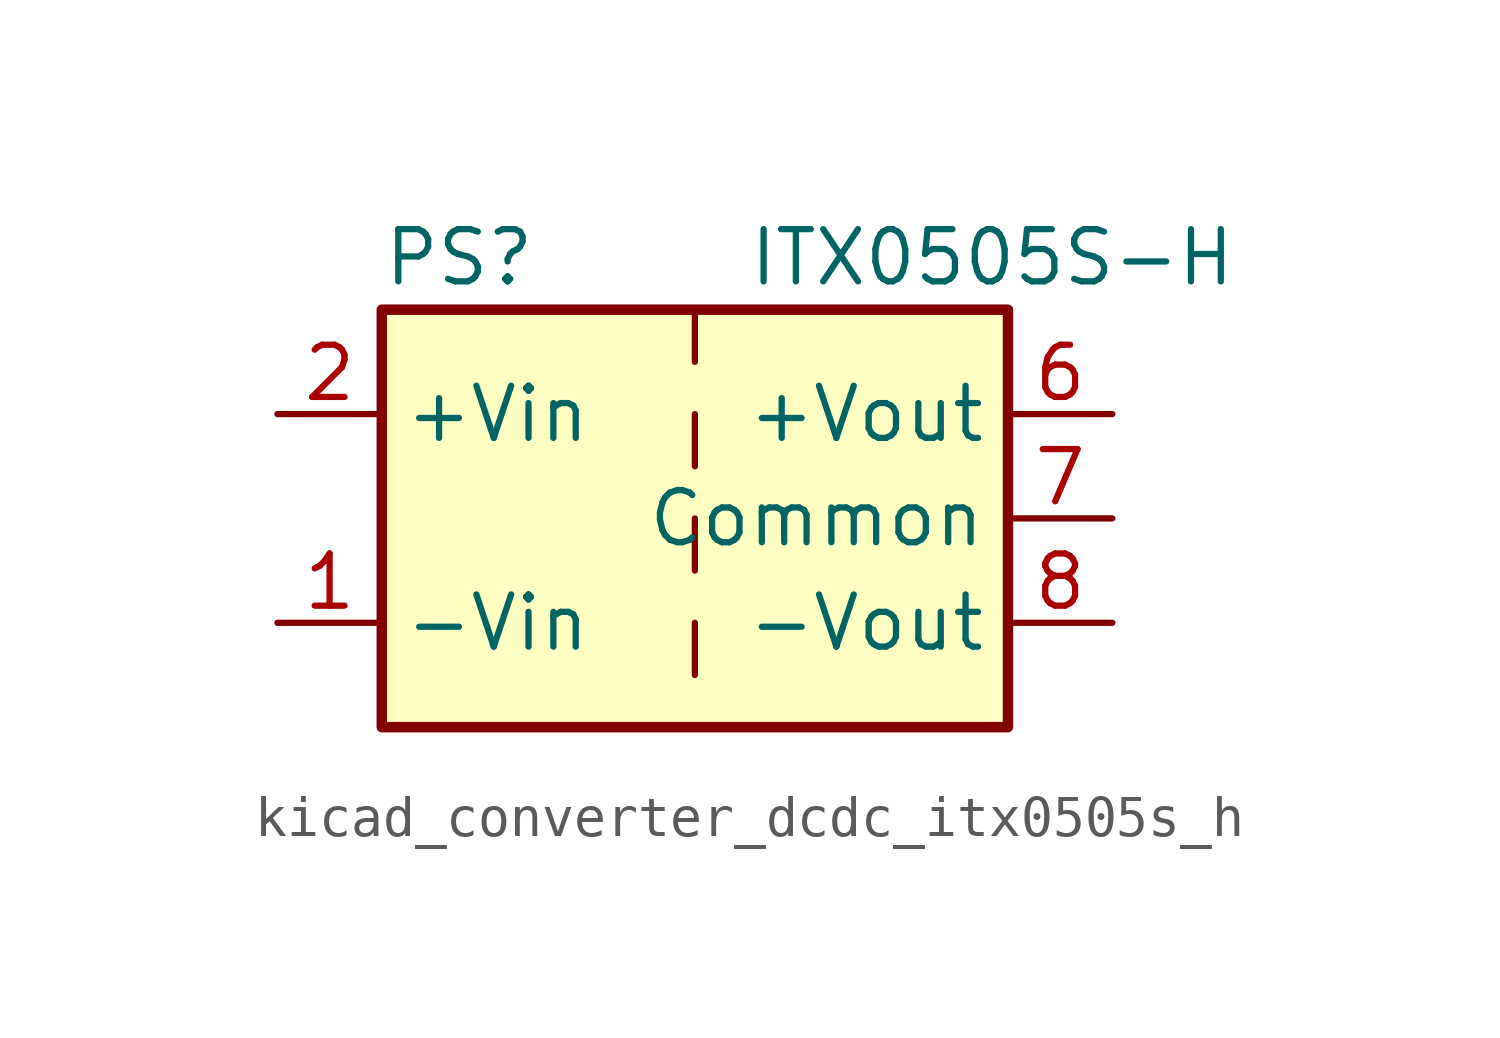
<source format=kicad_sym>
(kicad_symbol_lib
  (version 20220914)
  (generator kicad_symbol_editor)
  (symbol "kicad_converter_dcdc_itx0505s_h"
    (property "Reference" "PS"
      (at -7.62 6.35 0)
      (effects (font (size 1.27 1.27)) (justify left)))
    (property "Value" "ITX0505S-H"
      (at 1.27 6.35 0)
      (effects (font (size 1.27 1.27)) (justify left)))
    (symbol "kicad_converter_dcdc_itx0505s_h_0_0"
      (pin power_in line (at -10.16 -2.54 0) (length 2.54) (name "-Vin" (effects (font (size 1.27 1.27)))) (number "1" (effects (font (size 1.27 1.27)))))
      (pin power_in line (at -10.16 2.54 0) (length 2.54) (name "+Vin" (effects (font (size 1.27 1.27)))) (number "2" (effects (font (size 1.27 1.27)))))
      (pin no_connect line (at 0 -5.08 90) (length 2.54) hide (name "NC" (effects (font (size 1.27 1.27)))) (number "3" (effects (font (size 1.27 1.27)))))
      (pin no_connect line (at 0 5.08 270) (length 2.54) hide (name "NC" (effects (font (size 1.27 1.27)))) (number "5" (effects (font (size 1.27 1.27)))))
      (pin power_out line (at 10.16 2.54 180) (length 2.54) (name "+Vout" (effects (font (size 1.27 1.27)))) (number "6" (effects (font (size 1.27 1.27)))))
      (pin power_out line (at 10.16 0 180) (length 2.54) (name "Common" (effects (font (size 1.27 1.27)))) (number "7" (effects (font (size 1.27 1.27)))))
      (pin power_out line (at 10.16 -2.54 180) (length 2.54) (name "-Vout" (effects (font (size 1.27 1.27)))) (number "8" (effects (font (size 1.27 1.27))))))
    (symbol "kicad_converter_dcdc_itx0505s_h_0_1"
      (rectangle (start -7.62 5.08) (end 7.62 -5.08) (stroke (width 0.254) (type default)) (fill (type background)))
      (polyline (pts (xy 0 -2.54) (xy 0 -3.81)) (stroke (width 0) (type default)) (fill (type none)))
      (polyline (pts (xy 0 0) (xy 0 -1.27)) (stroke (width 0) (type default)) (fill (type none)))
      (polyline (pts (xy 0 2.54) (xy 0 1.27)) (stroke (width 0) (type default)) (fill (type none)))
      (polyline (pts (xy 0 5.08) (xy 0 3.81)) (stroke (width 0) (type default)) (fill (type none))))))
</source>
